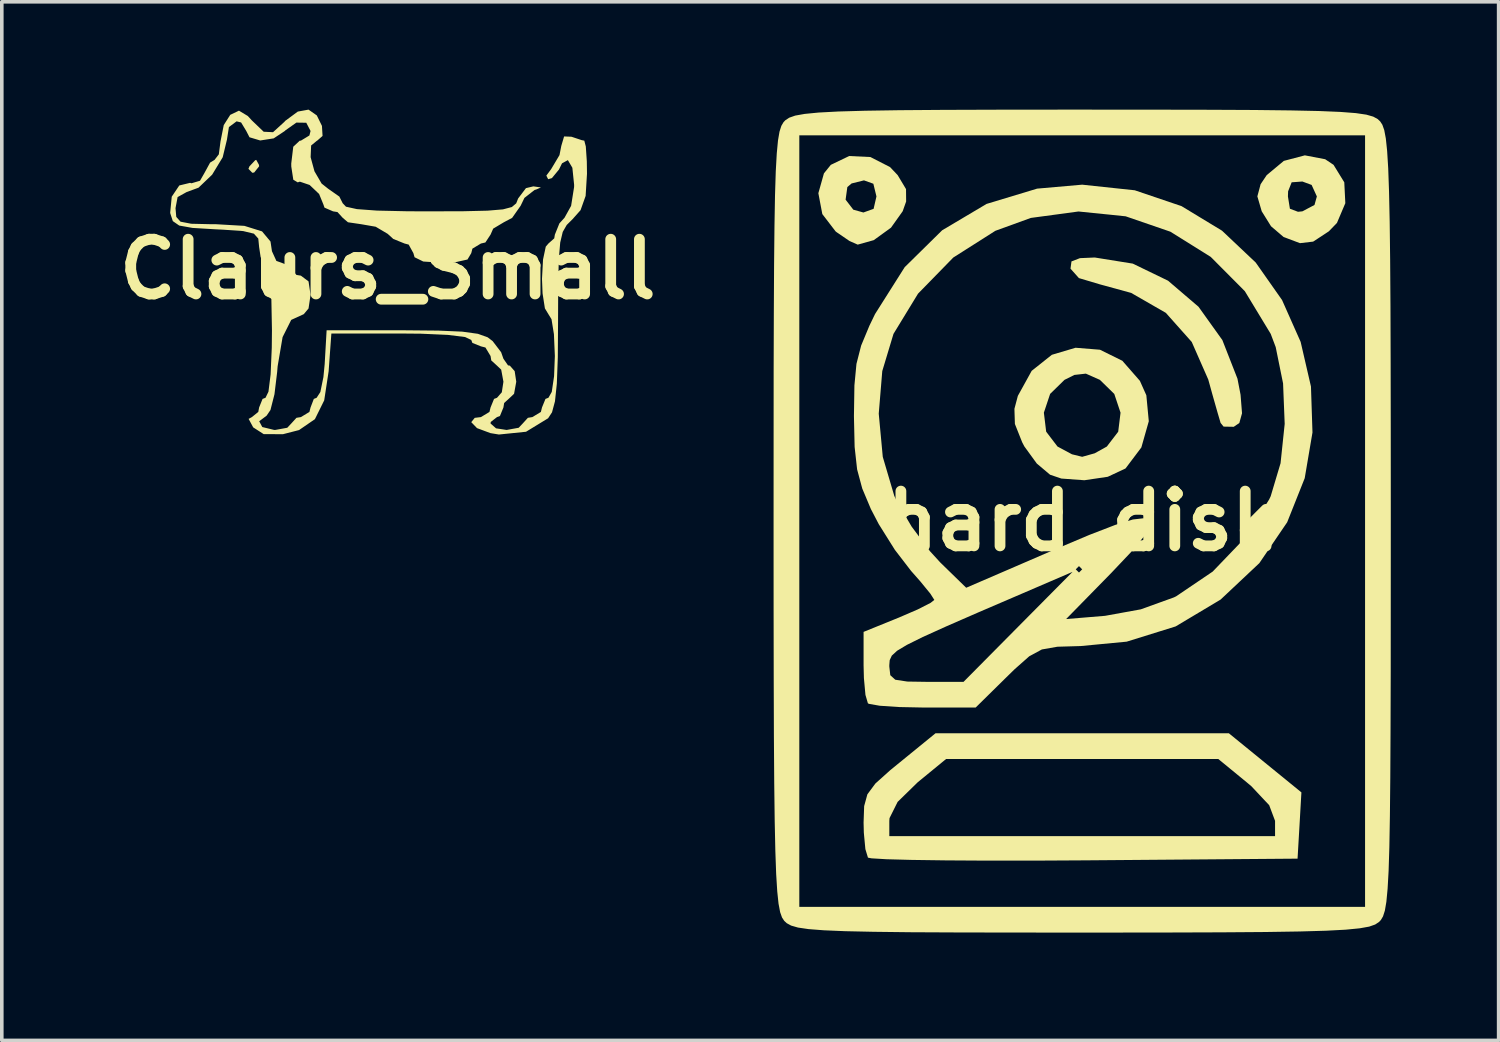
<source format=kicad_pcb>
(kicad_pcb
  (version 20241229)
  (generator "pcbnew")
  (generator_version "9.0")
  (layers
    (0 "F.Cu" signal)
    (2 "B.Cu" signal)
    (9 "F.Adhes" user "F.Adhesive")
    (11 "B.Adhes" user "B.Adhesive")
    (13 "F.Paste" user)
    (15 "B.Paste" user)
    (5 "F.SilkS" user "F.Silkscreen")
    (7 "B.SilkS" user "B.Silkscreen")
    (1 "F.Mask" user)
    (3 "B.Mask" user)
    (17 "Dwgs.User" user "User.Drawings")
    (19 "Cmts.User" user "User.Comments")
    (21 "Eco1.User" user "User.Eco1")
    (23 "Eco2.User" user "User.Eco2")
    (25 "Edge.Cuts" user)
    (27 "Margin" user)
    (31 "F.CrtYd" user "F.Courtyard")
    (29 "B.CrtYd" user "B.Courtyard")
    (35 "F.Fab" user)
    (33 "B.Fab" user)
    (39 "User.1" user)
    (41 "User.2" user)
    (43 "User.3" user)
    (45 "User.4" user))
  (footprint "Claurs_Small"
    (layer "F.Cu")
    (at 7.736 4.44)
    (property "Reference" "Claurs_Small" (at 0 0 0) (layer "F.SilkS") (effects (font (size 1.524 1.524) (thickness 0.3))))
    (attr board_only exclude_from_pos_files exclude_from_bom)
    (fp_poly (pts (xy -3.58 -2.902) (xy -3.577 -2.862) (xy -3.715 -2.69) (xy -3.767 -2.683) (xy -3.874 -2.793) (xy -3.846 -2.862) (xy -3.685 -3.033) (xy -3.656 -3.041)) (stroke (width 0) (type solid)) (fill yes) (layer "F.SilkS"))
    (fp_poly (pts (xy -1.972 -4.279) (xy -1.829 -3.988) (xy -1.812 -3.708) (xy -1.96 -3.578) (xy -1.966 -3.577) (xy -2.13 -3.442) (xy -2.144 -3.117) (xy -2.037 -2.724) (xy -1.838 -2.383) (xy -1.655 -2.238) (xy -1.345 -2.021) (xy -1.252 -1.836) (xy -1.16 -1.739) (xy -0.856 -1.672) (xy -0.298 -1.631) (xy 0.554 -1.612) (xy 1.142 -1.61) (xy 2.11 -1.613) (xy 2.779 -1.629) (xy 3.208 -1.665) (xy 3.454 -1.73) (xy 3.576 -1.833) (xy 3.629 -1.968) (xy 3.847 -2.256) (xy 4.053 -2.305) (xy 4.264 -2.275) (xy 4.128 -2.216) (xy 4.088 -2.206) (xy 3.804 -1.984) (xy 3.699 -1.766) (xy 3.462 -1.428) (xy 3.233 -1.307) (xy 2.935 -1.129) (xy 2.862 -0.963) (xy 2.718 -0.744) (xy 2.594 -0.715) (xy 2.357 -0.572) (xy 2.325 -0.447) (xy 2.22 -0.27) (xy 1.862 -0.19) (xy 1.52 -0.179) (xy 0.99 -0.214) (xy 0.748 -0.333) (xy 0.715 -0.447) (xy 0.584 -0.685) (xy 0.469 -0.715) (xy 0.156 -0.842) (xy 0 -0.984) (xy -0.334 -1.182) (xy -0.737 -1.252) (xy -1.105 -1.306) (xy -1.252 -1.431) (xy -1.397 -1.59) (xy -1.52 -1.61) (xy -1.758 -1.713) (xy -1.789 -1.802) (xy -1.908 -2.093) (xy -2.172 -2.344) (xy -2.443 -2.436) (xy -2.503 -2.416) (xy -2.626 -2.49) (xy -2.682 -2.857) (xy -2.683 -2.941) (xy -2.627 -3.408) (xy -2.447 -3.576) (xy -2.415 -3.577) (xy -2.178 -3.721) (xy -2.146 -3.846) (xy -2.265 -4.075) (xy -2.541 -4.079) (xy -2.851 -3.859) (xy -2.862 -3.846) (xy -3.172 -3.64) (xy -3.547 -3.582) (xy -3.845 -3.671) (xy -3.935 -3.846) (xy -4.078 -4.083) (xy -4.204 -4.114) (xy -4.417 -3.955) (xy -4.472 -3.605) (xy -4.59 -3.115) (xy -4.884 -2.63) (xy -5.263 -2.268) (xy -5.595 -2.146) (xy -5.845 -2.007) (xy -5.903 -1.699) (xy -5.882 -1.456) (xy -5.763 -1.322) (xy -5.465 -1.265) (xy -4.906 -1.252) (xy -4.776 -1.252) (xy -3.986 -1.206) (xy -3.496 -1.053) (xy -3.26 -0.77) (xy -3.22 -0.501) (xy -3.097 -0.231) (xy -2.951 -0.179) (xy -2.713 -0.082) (xy -2.683 0) (xy -2.538 0.159) (xy -2.415 0.179) (xy -2.202 0.339) (xy -2.146 0.715) (xy -2.202 1.092) (xy -2.336 1.252) (xy -2.338 1.252) (xy -2.684 1.41) (xy -2.924 1.889) (xy -3.062 2.701) (xy -3.075 2.859) (xy -3.15 3.479) (xy -3.261 3.916) (xy -3.368 4.074) (xy -3.575 4.23) (xy -3.489 4.391) (xy -3.16 4.471) (xy -3.13 4.472) (xy -2.794 4.411) (xy -2.683 4.293) (xy -2.538 4.134) (xy -2.415 4.114) (xy -2.178 3.971) (xy -2.146 3.846) (xy -2.055 3.608) (xy -1.977 3.577) (xy -1.873 3.416) (xy -1.788 3.001) (xy -1.753 2.638) (xy -1.699 1.699) (xy 0.46 1.699) (xy 1.414 1.708) (xy 2.076 1.737) (xy 2.51 1.797) (xy 2.781 1.894) (xy 2.92 2) (xy 3.156 2.309) (xy 3.22 2.491) (xy 3.348 2.675) (xy 3.399 2.683) (xy 3.533 2.836) (xy 3.577 3.13) (xy 3.516 3.466) (xy 3.399 3.577) (xy 3.24 3.722) (xy 3.22 3.846) (xy 3.123 4.084) (xy 3.041 4.114) (xy 2.867 4.25) (xy 2.862 4.293) (xy 3.015 4.427) (xy 3.309 4.472) (xy 3.645 4.411) (xy 3.756 4.293) (xy 3.901 4.134) (xy 4.025 4.114) (xy 4.262 3.971) (xy 4.293 3.846) (xy 4.39 3.608) (xy 4.472 3.577) (xy 4.565 3.413) (xy 4.629 2.978) (xy 4.651 2.415) (xy 4.625 1.807) (xy 4.558 1.391) (xy 4.472 1.252) (xy 4.374 1.09) (xy 4.309 0.673) (xy 4.293 0.268) (xy 4.322 -0.27) (xy 4.398 -0.628) (xy 4.472 -0.715) (xy 4.634 -0.859) (xy 4.651 -0.962) (xy 4.777 -1.275) (xy 4.919 -1.431) (xy 5.103 -1.763) (xy 5.186 -2.286) (xy 5.187 -2.347) (xy 5.138 -2.823) (xy 5.013 -3.035) (xy 4.85 -2.946) (xy 4.765 -2.773) (xy 4.569 -2.535) (xy 4.465 -2.504) (xy 4.414 -2.604) (xy 4.548 -2.785) (xy 4.78 -3.175) (xy 4.83 -3.431) (xy 4.908 -3.694) (xy 5.113 -3.686) (xy 5.398 -3.591) (xy 5.47 -3.577) (xy 5.512 -3.416) (xy 5.54 -3.003) (xy 5.545 -2.659) (xy 5.507 -2.039) (xy 5.366 -1.643) (xy 5.143 -1.392) (xy 4.981 -1.231) (xy 4.87 -1.037) (xy 4.8 -0.743) (xy 4.761 -0.287) (xy 4.744 0.396) (xy 4.74 1.371) (xy 4.74 1.414) (xy 4.733 2.449) (xy 4.706 3.184) (xy 4.654 3.676) (xy 4.572 3.981) (xy 4.463 4.147) (xy 3.849 4.522) (xy 3.095 4.599) (xy 2.858 4.56) (xy 2.485 4.421) (xy 2.325 4.255) (xy 2.422 4.135) (xy 2.594 4.114) (xy 2.831 3.971) (xy 2.862 3.846) (xy 2.959 3.608) (xy 3.041 3.577) (xy 3.175 3.424) (xy 3.22 3.13) (xy 3.158 2.794) (xy 3.041 2.683) (xy 2.882 2.538) (xy 2.862 2.415) (xy 2.719 2.178) (xy 2.594 2.146) (xy 2.356 2.05) (xy 2.325 1.968) (xy 2.154 1.887) (xy 1.673 1.827) (xy 0.926 1.794) (xy 0.379 1.789) (xy -1.567 1.789) (xy -1.643 2.84) (xy -1.766 3.648) (xy -2.025 4.172) (xy -2.466 4.475) (xy -2.913 4.59) (xy -3.45 4.588) (xy -3.742 4.4) (xy -3.869 4.164) (xy -3.778 4.114) (xy -3.6 3.97) (xy -3.577 3.846) (xy -3.481 3.608) (xy -3.399 3.577) (xy -3.317 3.407) (xy -3.257 2.927) (xy -3.225 2.188) (xy -3.22 1.699) (xy -3.236 0.84) (xy -3.282 0.214) (xy -3.352 -0.128) (xy -3.399 -0.179) (xy -3.534 -0.332) (xy -3.577 -0.618) (xy -3.6 -0.852) (xy -3.722 -0.989) (xy -4.021 -1.061) (xy -4.577 -1.1) (xy -4.785 -1.11) (xy -5.43 -1.149) (xy -5.8 -1.215) (xy -5.978 -1.338) (xy -6.047 -1.549) (xy -6.051 -1.575) (xy -6.008 -2.018) (xy -5.798 -2.33) (xy -5.497 -2.403) (xy -5.459 -2.391) (xy -5.222 -2.461) (xy -5.102 -2.67) (xy -4.941 -2.966) (xy -4.818 -3.041) (xy -4.698 -3.196) (xy -4.651 -3.556) (xy -4.561 -4.01) (xy -4.38 -4.295) (xy -4.138 -4.411) (xy -3.892 -4.263) (xy -3.777 -4.138) (xy -3.45 -3.825) (xy -3.19 -3.812) (xy -2.875 -4.099) (xy -2.849 -4.129) (xy -2.5 -4.386) (xy -2.202 -4.44)) (stroke (width 0) (type solid)) (fill yes) (layer "F.SilkS")))
  (footprint "hard_disk"
    (layer "F.Cu")
    (at 27.058 11.448)
    (property "Reference" "hard_disk" (at 0 0 0) (layer "F.SilkS") (effects (font (size 1.524 1.524) (thickness 0.3))))
    (attr board_only exclude_from_pos_files exclude_from_bom)
    (fp_poly (pts (xy 1.407 -7.164) (xy 2.388 -6.689) (xy 3.237 -5.963) (xy 3.9 -5.036) (xy 4.32 -3.963) (xy 4.406 -3.516) (xy 4.447 -3) (xy 4.372 -2.73) (xy 4.217 -2.624) (xy 3.934 -2.629) (xy 3.851 -2.731) (xy 3.767 -3.016) (xy 3.624 -3.519) (xy 3.508 -3.938) (xy 3.048 -4.984) (xy 2.327 -5.794) (xy 1.362 -6.349) (xy 0.485 -6.589) (xy -0.091 -6.761) (xy -0.324 -7.022) (xy -0.325 -7.025) (xy -0.298 -7.225) (xy -0.062 -7.316) (xy 0.35 -7.334)) (stroke (width 0) (type solid)) (fill yes) (layer "F.SilkS"))
    (fp_poly (pts (xy -5.892 -10.129) (xy -5.346 -9.85) (xy -5.134 -9.626) (xy -4.901 -9.237) (xy -4.898 -8.892) (xy -4.994 -8.621) (xy -5.319 -8.164) (xy -5.798 -7.817) (xy -6.245 -7.692) (xy -6.474 -7.793) (xy -6.832 -8.038) (xy -6.862 -8.062) (xy -7.23 -8.542) (xy -7.306 -8.943) (xy -6.582 -8.943) (xy -6.368 -8.665) (xy -6.087 -8.586) (xy -5.803 -8.688) (xy -5.724 -9.033) (xy -5.81 -9.386) (xy -6.071 -9.48) (xy -6.416 -9.394) (xy -6.534 -9.293) (xy -6.582 -8.943) (xy -7.306 -8.943) (xy -7.34 -9.123) (xy -7.185 -9.675) (xy -6.993 -9.912) (xy -6.483 -10.157)) (stroke (width 0) (type solid)) (fill yes) (layer "F.SilkS"))
    (fp_poly (pts (xy 6.76 -10.068) (xy 6.993 -9.912) (xy 7.292 -9.426) (xy 7.321 -8.845) (xy 7.088 -8.296) (xy 6.862 -8.062) (xy 6.426 -7.776) (xy 6.059 -7.733) (xy 5.603 -7.904) (xy 5.254 -8.203) (xy 4.995 -8.619) (xy 4.874 -9.033) (xy 5.724 -9.033) (xy 5.779 -8.691) (xy 6.004 -8.606) (xy 6.126 -8.618) (xy 6.463 -8.796) (xy 6.529 -9.033) (xy 6.383 -9.353) (xy 6.126 -9.448) (xy 5.828 -9.426) (xy 5.729 -9.176) (xy 5.724 -9.033) (xy 4.874 -9.033) (xy 4.874 -9.036) (xy 4.964 -9.373) (xy 5.134 -9.626) (xy 5.61 -10.022) (xy 6.195 -10.176)) (stroke (width 0) (type solid)) (fill yes) (layer "F.SilkS"))
    (fp_poly (pts (xy 5.09 6.725) (xy 6.099 7.547) (xy 6.046 8.469) (xy 5.992 9.391) (xy 0.077 9.438) (xy -1.344 9.446) (xy -2.649 9.446) (xy -3.797 9.439) (xy -4.743 9.426) (xy -5.446 9.407) (xy -5.863 9.382) (xy -5.96 9.363) (xy -6.032 9.126) (xy -6.066 8.765) (xy -5.366 8.765) (xy 5.366 8.765) (xy 5.366 8.339) (xy 5.203 7.904) (xy 4.708 7.377) (xy 4.576 7.266) (xy 3.786 6.618) (xy -3.786 6.618) (xy -4.576 7.266) (xy -5.135 7.812) (xy -5.36 8.263) (xy -5.366 8.339) (xy -5.366 8.765) (xy -6.066 8.765) (xy -6.075 8.663) (xy -6.082 8.387) (xy -6.066 7.929) (xy -5.976 7.601) (xy -5.753 7.3) (xy -5.335 6.925) (xy -5.081 6.718) (xy -4.081 5.903) (xy 4.081 5.903)) (stroke (width 0) (type solid)) (fill yes) (layer "F.SilkS"))
    (fp_poly (pts (xy 0.495 -4.768) (xy 1.117 -4.461) (xy 1.605 -3.903) (xy 1.785 -3.501) (xy 1.853 -2.778) (xy 1.646 -2.049) (xy 1.208 -1.468) (xy 1.197 -1.46) (xy 0.711 -1.233) (xy 0.061 -1.137) (xy -0.58 -1.184) (xy -0.894 -1.291) (xy -1.263 -1.602) (xy -1.609 -2.078) (xy -1.669 -2.192) (xy -1.872 -2.702) (xy -1.882 -3.017) (xy -1.066 -3.017) (xy -1.002 -2.488) (xy -0.687 -2.075) (xy -0.685 -2.074) (xy -0.284 -1.859) (xy 0 -1.789) (xy 0.349 -1.887) (xy 0.685 -2.074) (xy 1.002 -2.487) (xy 1.067 -3.016) (xy 0.893 -3.538) (xy 0.493 -3.929) (xy 0.492 -3.93) (xy 0.102 -4.103) (xy -0.217 -4.067) (xy -0.492 -3.93) (xy -0.892 -3.539) (xy -1.066 -3.017) (xy -1.882 -3.017) (xy -1.885 -3.125) (xy -1.79 -3.484) (xy -1.405 -4.181) (xy -0.844 -4.627) (xy -0.185 -4.823)) (stroke (width 0) (type solid)) (fill yes) (layer "F.SilkS"))
    (fp_poly (pts (xy 1.931 -11.447) (xy 3.506 -11.444) (xy 4.787 -11.438) (xy 5.806 -11.426) (xy 6.596 -11.409) (xy 7.188 -11.384) (xy 7.614 -11.351) (xy 7.907 -11.308) (xy 8.098 -11.253) (xy 8.219 -11.187) (xy 8.29 -11.121) (xy 8.351 -11.028) (xy 8.404 -10.878) (xy 8.448 -10.644) (xy 8.484 -10.3) (xy 8.514 -9.817) (xy 8.537 -9.169) (xy 8.555 -8.329) (xy 8.568 -7.271) (xy 8.577 -5.966) (xy 8.582 -4.388) (xy 8.585 -2.511) (xy 8.586 -0.306) (xy 8.586 0.031) (xy 8.585 2.272) (xy 8.584 4.183) (xy 8.579 5.791) (xy 8.572 7.122) (xy 8.561 8.205) (xy 8.546 9.066) (xy 8.525 9.732) (xy 8.497 10.231) (xy 8.463 10.59) (xy 8.421 10.836) (xy 8.37 10.996) (xy 8.31 11.098) (xy 8.259 11.152) (xy 8.152 11.223) (xy 7.984 11.282) (xy 7.72 11.329) (xy 7.331 11.367) (xy 6.784 11.396) (xy 6.048 11.417) (xy 5.09 11.432) (xy 3.879 11.441) (xy 2.384 11.446) (xy 0.572 11.448) (xy -0.031 11.448) (xy -1.931 11.447) (xy -3.506 11.444) (xy -4.787 11.438) (xy -5.806 11.426) (xy -6.596 11.409) (xy -7.188 11.384) (xy -7.614 11.351) (xy -7.907 11.308) (xy -8.098 11.253) (xy -8.219 11.187) (xy -8.29 11.121) (xy -8.351 11.028) (xy -8.404 10.878) (xy -8.431 10.732) (xy -7.87 10.732) (xy 7.87 10.732) (xy 7.87 -10.732) (xy -7.87 -10.732) (xy -7.87 10.732) (xy -8.431 10.732) (xy -8.448 10.644) (xy -8.484 10.3) (xy -8.514 9.817) (xy -8.537 9.169) (xy -8.555 8.329) (xy -8.568 7.271) (xy -8.577 5.966) (xy -8.582 4.388) (xy -8.585 2.511) (xy -8.586 0.306) (xy -8.586 -0.031) (xy -8.585 -2.272) (xy -8.584 -4.183) (xy -8.579 -5.791) (xy -8.572 -7.122) (xy -8.561 -8.205) (xy -8.546 -9.066) (xy -8.525 -9.732) (xy -8.497 -10.231) (xy -8.463 -10.59) (xy -8.421 -10.836) (xy -8.37 -10.996) (xy -8.31 -11.098) (xy -8.259 -11.152) (xy -8.152 -11.223) (xy -7.984 -11.282) (xy -7.72 -11.329) (xy -7.331 -11.367) (xy -6.784 -11.396) (xy -6.048 -11.417) (xy -5.09 -11.432) (xy -3.879 -11.441) (xy -2.384 -11.446) (xy -0.572 -11.448) (xy 0.031 -11.448)) (stroke (width 0) (type solid)) (fill yes) (layer "F.SilkS"))
    (fp_poly (pts (xy 1.463 -9.204) (xy 2.764 -8.763) (xy 3.89 -8.08) (xy 4.827 -7.195) (xy 5.561 -6.15) (xy 6.078 -4.986) (xy 6.365 -3.744) (xy 6.407 -2.466) (xy 6.191 -1.194) (xy 5.703 0.032) (xy 4.929 1.169) (xy 3.856 2.178) (xy 3.846 2.186) (xy 2.6 2.93) (xy 1.238 3.354) (xy -0.04 3.476) (xy -0.69 3.495) (xy -1.122 3.571) (xy -1.473 3.761) (xy -1.882 4.123) (xy -2.103 4.339) (xy -2.964 5.187) (xy -4.403 5.187) (xy -5.09 5.173) (xy -5.631 5.137) (xy -5.934 5.084) (xy -5.962 5.068) (xy -6.03 4.835) (xy -6.073 4.367) (xy -6.081 4.048) (xy -5.366 4.048) (xy -5.339 4.287) (xy -5.2 4.413) (xy -4.865 4.464) (xy -4.334 4.472) (xy -3.301 4.472) (xy -1.785 2.942) (xy -0.268 1.412) (xy -1.699 2.028) (xy -2.886 2.538) (xy -3.784 2.93) (xy -4.434 3.224) (xy -4.876 3.443) (xy -5.151 3.608) (xy -5.297 3.743) (xy -5.355 3.868) (xy -5.366 4.007) (xy -5.366 4.048) (xy -6.081 4.048) (xy -6.082 4.016) (xy -6.082 3.082) (xy -5.098 2.683) (xy -4.575 2.457) (xy -4.218 2.275) (xy -4.114 2.192) (xy -4.224 2.019) (xy -4.507 1.673) (xy -4.761 1.385) (xy -5.211 0.8) (xy -5.66 0.084) (xy -5.879 -0.336) (xy -6.119 -0.907) (xy -6.262 -1.439) (xy -6.331 -2.063) (xy -6.35 -2.908) (xy -6.35 -2.955) (xy -6.349 -2.989) (xy -5.66 -2.989) (xy -5.548 -1.787) (xy -5.228 -0.703) (xy -5.151 -0.537) (xy -4.744 0.154) (xy -4.236 0.836) (xy -3.948 1.151) (xy -3.227 1.854) (xy -2.04 1.342) (xy -0.179 1.342) (xy -0.089 1.431) (xy 0 1.342) (xy -0.089 1.252) (xy -0.179 1.342) (xy -2.04 1.342) (xy -0.803 0.807) (xy 0.199 0.384) (xy 0.922 0.105) (xy 1.41 -0.045) (xy 1.704 -0.079) (xy 1.832 -0.028) (xy 1.874 0.134) (xy 1.736 0.406) (xy 1.389 0.83) (xy 0.804 1.448) (xy 0.798 1.454) (xy -0.447 2.725) (xy 0.637 2.635) (xy 1.63 2.455) (xy 2.553 2.122) (xy 2.616 2.091) (xy 3.631 1.404) (xy 4.528 0.47) (xy 5.202 -0.602) (xy 5.245 -0.694) (xy 5.519 -1.611) (xy 5.634 -2.705) (xy 5.589 -3.83) (xy 5.384 -4.841) (xy 5.245 -5.209) (xy 4.525 -6.397) (xy 3.576 -7.351) (xy 2.453 -8.052) (xy 1.209 -8.48) (xy -0.103 -8.614) (xy -1.429 -8.435) (xy -2.415 -8.077) (xy -3.586 -7.333) (xy -4.567 -6.328) (xy -5.25 -5.209) (xy -5.562 -4.174) (xy -5.66 -2.989) (xy -6.349 -2.989) (xy -6.337 -3.777) (xy -6.28 -4.375) (xy -6.15 -4.883) (xy -5.92 -5.436) (xy -5.763 -5.761) (xy -4.938 -7.065) (xy -3.896 -8.091) (xy -2.66 -8.825) (xy -1.254 -9.25) (xy 0 -9.36)) (stroke (width 0) (type solid)) (fill yes) (layer "F.SilkS")))
  (gr_rect
    (start -3 -3)
    (end 38.644 25.896)
    (stroke (width 0.1) (type default))
    (fill no)
    (layer "Edge.Cuts")))
</source>
